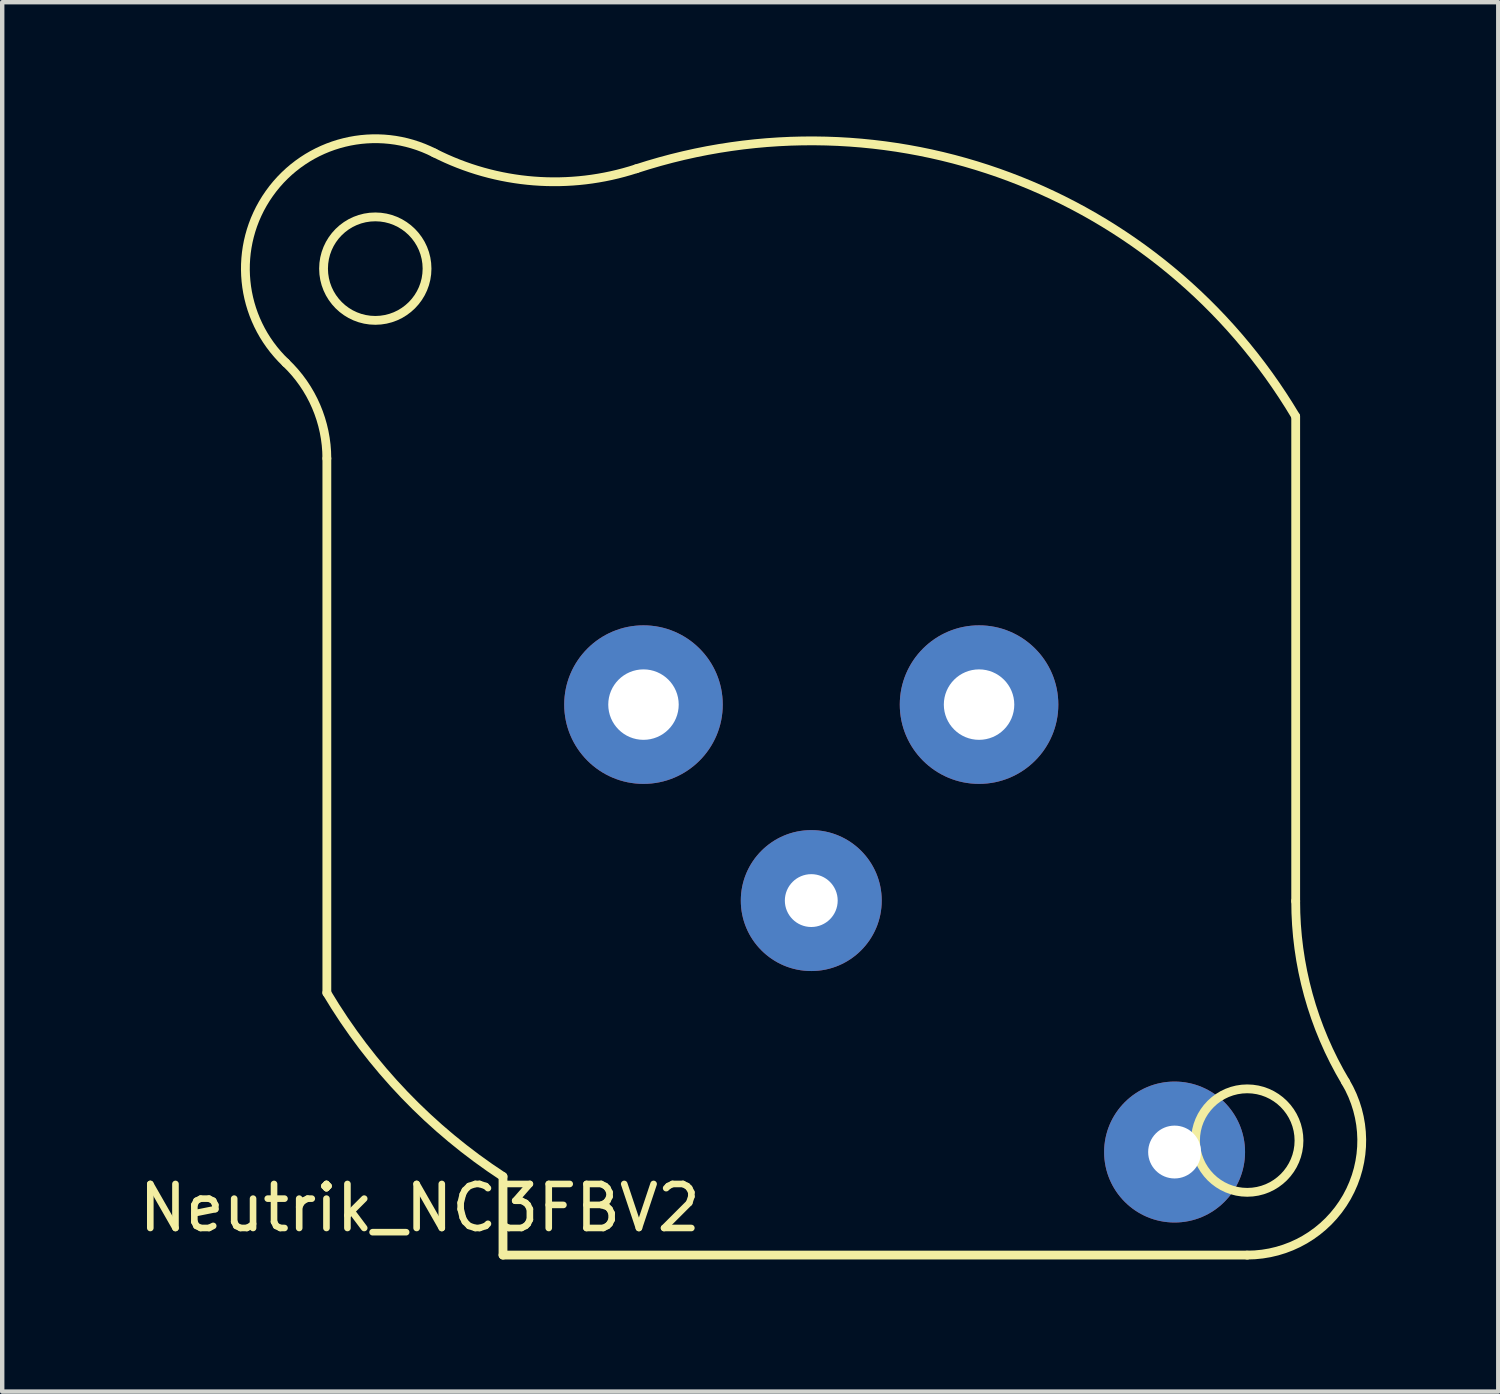
<source format=kicad_pcb>
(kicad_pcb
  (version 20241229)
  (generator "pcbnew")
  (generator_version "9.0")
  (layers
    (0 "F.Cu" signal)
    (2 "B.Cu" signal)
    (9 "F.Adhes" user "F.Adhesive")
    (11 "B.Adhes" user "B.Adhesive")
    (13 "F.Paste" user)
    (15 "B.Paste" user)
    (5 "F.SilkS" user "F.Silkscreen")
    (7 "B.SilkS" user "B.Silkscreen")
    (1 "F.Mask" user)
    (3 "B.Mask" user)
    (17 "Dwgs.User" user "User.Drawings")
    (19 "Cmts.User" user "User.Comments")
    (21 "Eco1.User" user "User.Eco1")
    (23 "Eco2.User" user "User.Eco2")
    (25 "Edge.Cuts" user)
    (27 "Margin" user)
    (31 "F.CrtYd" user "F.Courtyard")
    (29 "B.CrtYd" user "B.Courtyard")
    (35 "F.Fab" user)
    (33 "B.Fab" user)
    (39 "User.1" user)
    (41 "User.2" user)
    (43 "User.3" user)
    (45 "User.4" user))
  (footprint "Neutrik_NC3FBV2"
    (layer "F.Cu")
    (at 15.372 12.95)
    (property "Reference" "Neutrik_NC3FBV2" (at -8.89 11.43 0) (layer "F.SilkS") (effects (font (size 1 1) (thickness 0.15))))
    (attr through_hole)
    (fp_line (start -11 6.545) (end -11 -5.588) (stroke (width 0.2) (type solid)) (layer "F.SilkS"))
    (fp_line (start -7 12.5) (end -7 10.716) (stroke (width 0.2) (type solid)) (layer "F.SilkS"))
    (fp_line (start 9.9 12.5) (end -7 12.5) (stroke (width 0.2) (type solid)) (layer "F.SilkS"))
    (fp_line (start 11 -6.545) (end 11 4.464) (stroke (width 0.2) (type solid)) (layer "F.SilkS"))
    (fp_arc (start -11.932773 -7.762166) (mid -11.243482 -6.771993) (end -11 -5.59035) (stroke (width 0.2) (type solid)) (layer "F.SilkS"))
    (fp_arc (start -11.932773 -7.762166) (mid -12.307398 -11.604973) (end -8.558115 -12.527136) (stroke (width 0.2) (type solid)) (layer "F.SilkS"))
    (fp_arc (start -11.075 -9.9) (mid -8.725 -9.9) (end -11.075 -9.9) (stroke (width 0.2) (type solid)) (layer "F.SilkS"))
    (fp_arc (start -6.999999 10.716342) (mid -9.238976 8.858967) (end -11.000731 6.543997) (stroke (width 0.2) (type solid)) (layer "F.SilkS"))
    (fp_arc (start -3.971109 -12.168413) (mid -6.300829 -11.890657) (end -8.558947 -12.527561) (stroke (width 0.2) (type solid)) (layer "F.SilkS"))
    (fp_arc (start -3.971109 -12.168413) (mid 4.498581 -11.983437) (end 10.997674 -6.549133) (stroke (width 0.2) (type solid)) (layer "F.SilkS"))
    (fp_arc (start 8.729338 9.799119) (mid 11.070662 10.000881) (end 8.729338 9.799119) (stroke (width 0.2) (type solid)) (layer "F.SilkS"))
    (fp_arc (start 12.132075 8.566643) (mid 12.160743 11.184151) (end 9.897844 12.499999) (stroke (width 0.2) (type solid)) (layer "F.SilkS"))
    (fp_arc (start 12.132075 8.566643) (mid 11.287328 6.58879) (end 11.000002 4.457372) (stroke (width 0.2) (type solid)) (layer "F.SilkS"))
    (pad "1" thru_hole circle (at 3.81 0) (size 3.6 3.6) (drill 1.6) (layers "*.Cu" "*.Mask"))
    (pad "2" thru_hole circle (at -3.81 0) (size 3.6 3.6) (drill 1.6) (layers "*.Cu" "*.Mask"))
    (pad "3" thru_hole circle (at 0 4.45) (size 3.2 3.2) (drill 1.2) (layers "*.Cu" "*.Mask"))
    (pad "G" thru_hole circle (at 8.25 10.16) (size 3.2 3.2) (drill 1.2) (layers "*.Cu" "*.Mask")))
  (gr_rect
    (start -3 -3)
    (end 30.972 28.55)
    (stroke (width 0.1) (type default))
    (fill no)
    (layer "Edge.Cuts")))
</source>
